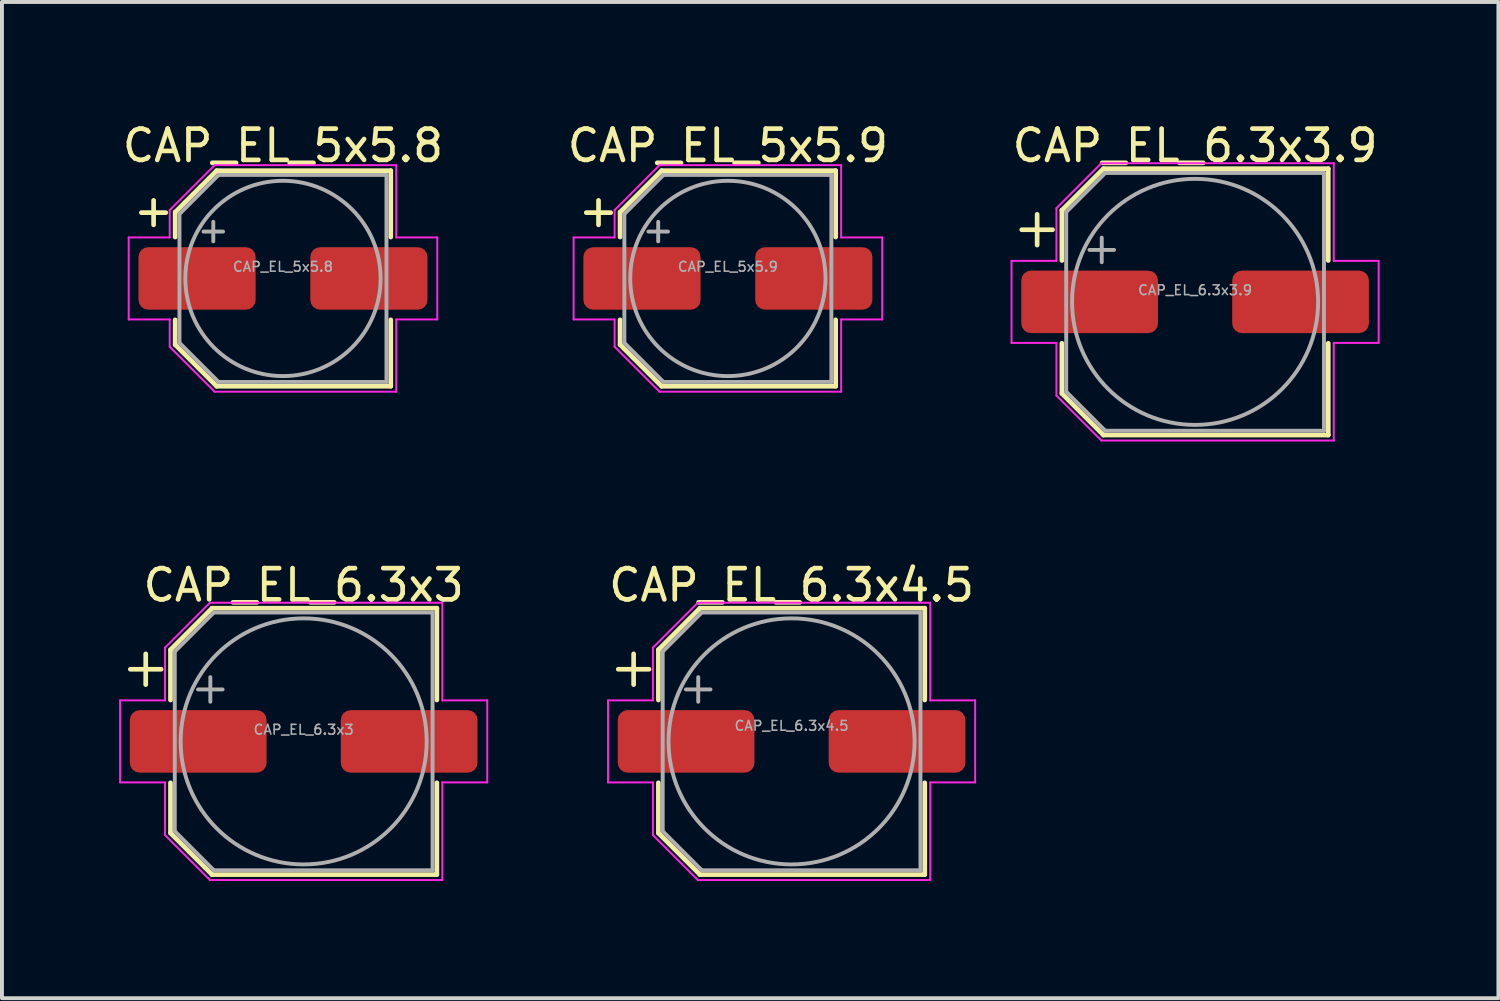
<source format=kicad_pcb>
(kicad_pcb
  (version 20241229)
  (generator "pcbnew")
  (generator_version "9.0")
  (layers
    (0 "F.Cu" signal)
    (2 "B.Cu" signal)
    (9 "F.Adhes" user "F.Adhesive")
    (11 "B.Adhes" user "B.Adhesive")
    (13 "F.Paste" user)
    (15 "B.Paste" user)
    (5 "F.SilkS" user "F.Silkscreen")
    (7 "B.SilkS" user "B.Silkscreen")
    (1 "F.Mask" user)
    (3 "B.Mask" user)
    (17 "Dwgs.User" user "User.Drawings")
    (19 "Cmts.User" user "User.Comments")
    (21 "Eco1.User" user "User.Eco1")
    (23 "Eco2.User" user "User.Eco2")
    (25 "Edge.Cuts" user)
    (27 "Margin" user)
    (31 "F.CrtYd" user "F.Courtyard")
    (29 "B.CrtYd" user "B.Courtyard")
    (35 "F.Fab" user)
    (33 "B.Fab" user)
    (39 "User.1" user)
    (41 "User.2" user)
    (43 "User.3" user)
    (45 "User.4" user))
  (footprint "CAP_EL_6.3x3.9"
    (layer "F.Cu")
    (at 27.548 4.679)
    (property "Reference" "CAP_EL_6.3x3.9" (at 0 -4 0) (layer "F.SilkS") (effects (font (size 0.8 0.8) (thickness 0.12))))
    (attr smd)
    (fp_line (start -4.438 -1.847) (end -3.65 -1.847) (stroke (width 0.12) (type solid)) (layer "F.SilkS"))
    (fp_line (start -4.044 -2.241) (end -4.044 -1.454) (stroke (width 0.12) (type solid)) (layer "F.SilkS"))
    (fp_line (start -3.41 -2.346) (end -3.41 -1.06) (stroke (width 0.12) (type solid)) (layer "F.SilkS"))
    (fp_line (start -3.41 -2.346) (end -2.346 -3.41) (stroke (width 0.12) (type solid)) (layer "F.SilkS"))
    (fp_line (start -3.41 2.346) (end -3.41 1.06) (stroke (width 0.12) (type solid)) (layer "F.SilkS"))
    (fp_line (start -3.41 2.346) (end -2.346 3.41) (stroke (width 0.12) (type solid)) (layer "F.SilkS"))
    (fp_line (start -2.346 -3.41) (end 3.41 -3.41) (stroke (width 0.12) (type solid)) (layer "F.SilkS"))
    (fp_line (start -2.346 3.41) (end 3.41 3.41) (stroke (width 0.12) (type solid)) (layer "F.SilkS"))
    (fp_line (start 3.41 -3.41) (end 3.41 -1.06) (stroke (width 0.12) (type solid)) (layer "F.SilkS"))
    (fp_line (start 3.41 3.41) (end 3.41 1.06) (stroke (width 0.12) (type solid)) (layer "F.SilkS"))
    (fp_line (start -4.7 -1.05) (end -4.7 1.05) (stroke (width 0.05) (type solid)) (layer "F.CrtYd"))
    (fp_line (start -4.7 1.05) (end -3.55 1.05) (stroke (width 0.05) (type solid)) (layer "F.CrtYd"))
    (fp_line (start -3.55 -2.4) (end -3.55 -1.05) (stroke (width 0.05) (type solid)) (layer "F.CrtYd"))
    (fp_line (start -3.55 -2.4) (end -2.4 -3.55) (stroke (width 0.05) (type solid)) (layer "F.CrtYd"))
    (fp_line (start -3.55 -1.05) (end -4.7 -1.05) (stroke (width 0.05) (type solid)) (layer "F.CrtYd"))
    (fp_line (start -3.55 1.05) (end -3.55 2.4) (stroke (width 0.05) (type solid)) (layer "F.CrtYd"))
    (fp_line (start -3.55 2.4) (end -2.4 3.55) (stroke (width 0.05) (type solid)) (layer "F.CrtYd"))
    (fp_line (start -2.4 -3.55) (end 3.55 -3.55) (stroke (width 0.05) (type solid)) (layer "F.CrtYd"))
    (fp_line (start -2.4 3.55) (end 3.55 3.55) (stroke (width 0.05) (type solid)) (layer "F.CrtYd"))
    (fp_line (start 3.55 -3.55) (end 3.55 -1.05) (stroke (width 0.05) (type solid)) (layer "F.CrtYd"))
    (fp_line (start 3.55 -1.05) (end 4.7 -1.05) (stroke (width 0.05) (type solid)) (layer "F.CrtYd"))
    (fp_line (start 3.55 1.05) (end 3.55 3.55) (stroke (width 0.05) (type solid)) (layer "F.CrtYd"))
    (fp_line (start 4.7 -1.05) (end 4.7 1.05) (stroke (width 0.05) (type solid)) (layer "F.CrtYd"))
    (fp_line (start 4.7 1.05) (end 3.55 1.05) (stroke (width 0.05) (type solid)) (layer "F.CrtYd"))
    (fp_line (start -3.3 -2.3) (end -3.3 2.3) (stroke (width 0.1) (type solid)) (layer "F.Fab"))
    (fp_line (start -3.3 -2.3) (end -2.3 -3.3) (stroke (width 0.1) (type solid)) (layer "F.Fab"))
    (fp_line (start -3.3 2.3) (end -2.3 3.3) (stroke (width 0.1) (type solid)) (layer "F.Fab"))
    (fp_line (start -2.705 -1.33) (end -2.075 -1.33) (stroke (width 0.1) (type solid)) (layer "F.Fab"))
    (fp_line (start -2.39 -1.645) (end -2.39 -1.015) (stroke (width 0.1) (type solid)) (layer "F.Fab"))
    (fp_line (start -2.3 -3.3) (end 3.3 -3.3) (stroke (width 0.1) (type solid)) (layer "F.Fab"))
    (fp_line (start -2.3 3.3) (end 3.3 3.3) (stroke (width 0.1) (type solid)) (layer "F.Fab"))
    (fp_line (start 3.3 -3.3) (end 3.3 3.3) (stroke (width 0.1) (type solid)) (layer "F.Fab"))
    (fp_circle (center 0 0) (end 3.15 0) (stroke (width 0.1) (type solid)) (fill no) (layer "F.Fab"))
    (fp_text user "${REFERENCE}" (at 0 -0.3 0) (layer "F.Fab") (effects (font (size 0.25 0.25) (thickness 0.04))))
    (pad "1" smd roundrect (at -2.7 0) (size 3.5 1.6) (layers "F.Cu" "F.Mask" "F.Paste") (roundrect_rratio 0.156))
    (pad "2" smd roundrect (at 2.7 0) (size 3.5 1.6) (layers "F.Cu" "F.Mask" "F.Paste") (roundrect_rratio 0.156)))
  (footprint "CAP_EL_6.3x3"
    (layer "F.Cu")
    (at 4.725 15.932)
    (property "Reference" "CAP_EL_6.3x3" (at 0 -4 0) (layer "F.SilkS") (effects (font (size 0.8 0.8) (thickness 0.12))))
    (attr smd)
    (fp_line (start -4.438 -1.847) (end -3.65 -1.847) (stroke (width 0.12) (type solid)) (layer "F.SilkS"))
    (fp_line (start -4.044 -2.241) (end -4.044 -1.454) (stroke (width 0.12) (type solid)) (layer "F.SilkS"))
    (fp_line (start -3.41 -2.346) (end -3.41 -1.06) (stroke (width 0.12) (type solid)) (layer "F.SilkS"))
    (fp_line (start -3.41 -2.346) (end -2.346 -3.41) (stroke (width 0.12) (type solid)) (layer "F.SilkS"))
    (fp_line (start -3.41 2.346) (end -3.41 1.06) (stroke (width 0.12) (type solid)) (layer "F.SilkS"))
    (fp_line (start -3.41 2.346) (end -2.346 3.41) (stroke (width 0.12) (type solid)) (layer "F.SilkS"))
    (fp_line (start -2.346 -3.41) (end 3.41 -3.41) (stroke (width 0.12) (type solid)) (layer "F.SilkS"))
    (fp_line (start -2.346 3.41) (end 3.41 3.41) (stroke (width 0.12) (type solid)) (layer "F.SilkS"))
    (fp_line (start 3.41 -3.41) (end 3.41 -1.06) (stroke (width 0.12) (type solid)) (layer "F.SilkS"))
    (fp_line (start 3.41 3.41) (end 3.41 1.06) (stroke (width 0.12) (type solid)) (layer "F.SilkS"))
    (fp_line (start -4.7 -1.05) (end -4.7 1.05) (stroke (width 0.05) (type solid)) (layer "F.CrtYd"))
    (fp_line (start -4.7 1.05) (end -3.55 1.05) (stroke (width 0.05) (type solid)) (layer "F.CrtYd"))
    (fp_line (start -3.55 -2.4) (end -3.55 -1.05) (stroke (width 0.05) (type solid)) (layer "F.CrtYd"))
    (fp_line (start -3.55 -2.4) (end -2.4 -3.55) (stroke (width 0.05) (type solid)) (layer "F.CrtYd"))
    (fp_line (start -3.55 -1.05) (end -4.7 -1.05) (stroke (width 0.05) (type solid)) (layer "F.CrtYd"))
    (fp_line (start -3.55 1.05) (end -3.55 2.4) (stroke (width 0.05) (type solid)) (layer "F.CrtYd"))
    (fp_line (start -3.55 2.4) (end -2.4 3.55) (stroke (width 0.05) (type solid)) (layer "F.CrtYd"))
    (fp_line (start -2.4 -3.55) (end 3.55 -3.55) (stroke (width 0.05) (type solid)) (layer "F.CrtYd"))
    (fp_line (start -2.4 3.55) (end 3.55 3.55) (stroke (width 0.05) (type solid)) (layer "F.CrtYd"))
    (fp_line (start 3.55 -3.55) (end 3.55 -1.05) (stroke (width 0.05) (type solid)) (layer "F.CrtYd"))
    (fp_line (start 3.55 -1.05) (end 4.7 -1.05) (stroke (width 0.05) (type solid)) (layer "F.CrtYd"))
    (fp_line (start 3.55 1.05) (end 3.55 3.55) (stroke (width 0.05) (type solid)) (layer "F.CrtYd"))
    (fp_line (start 4.7 -1.05) (end 4.7 1.05) (stroke (width 0.05) (type solid)) (layer "F.CrtYd"))
    (fp_line (start 4.7 1.05) (end 3.55 1.05) (stroke (width 0.05) (type solid)) (layer "F.CrtYd"))
    (fp_line (start -3.3 -2.3) (end -3.3 2.3) (stroke (width 0.1) (type solid)) (layer "F.Fab"))
    (fp_line (start -3.3 -2.3) (end -2.3 -3.3) (stroke (width 0.1) (type solid)) (layer "F.Fab"))
    (fp_line (start -3.3 2.3) (end -2.3 3.3) (stroke (width 0.1) (type solid)) (layer "F.Fab"))
    (fp_line (start -2.705 -1.33) (end -2.075 -1.33) (stroke (width 0.1) (type solid)) (layer "F.Fab"))
    (fp_line (start -2.39 -1.645) (end -2.39 -1.015) (stroke (width 0.1) (type solid)) (layer "F.Fab"))
    (fp_line (start -2.3 -3.3) (end 3.3 -3.3) (stroke (width 0.1) (type solid)) (layer "F.Fab"))
    (fp_line (start -2.3 3.3) (end 3.3 3.3) (stroke (width 0.1) (type solid)) (layer "F.Fab"))
    (fp_line (start 3.3 -3.3) (end 3.3 3.3) (stroke (width 0.1) (type solid)) (layer "F.Fab"))
    (fp_circle (center 0 0) (end 3.15 0) (stroke (width 0.1) (type solid)) (fill no) (layer "F.Fab"))
    (fp_text user "${REFERENCE}" (at 0 -0.3 0) (layer "F.Fab") (effects (font (size 0.25 0.25) (thickness 0.04))))
    (pad "1" smd roundrect (at -2.7 0) (size 3.5 1.6) (layers "F.Cu" "F.Mask" "F.Paste") (roundrect_rratio 0.156))
    (pad "2" smd roundrect (at 2.7 0) (size 3.5 1.6) (layers "F.Cu" "F.Mask" "F.Paste") (roundrect_rratio 0.156)))
  (footprint "CAP_EL_5x5.9"
    (layer "F.Cu")
    (at 15.586 4.079)
    (property "Reference" "CAP_EL_5x5.9" (at 0 -3.4 0) (layer "F.SilkS") (effects (font (size 0.8 0.8) (thickness 0.12))))
    (attr smd)
    (fp_line (start -3.625 -1.685) (end -3 -1.685) (stroke (width 0.12) (type solid)) (layer "F.SilkS"))
    (fp_line (start -3.312 -1.998) (end -3.312 -1.373) (stroke (width 0.12) (type solid)) (layer "F.SilkS"))
    (fp_line (start -2.76 -1.696) (end -2.76 -1.06) (stroke (width 0.12) (type solid)) (layer "F.SilkS"))
    (fp_line (start -2.76 -1.696) (end -1.696 -2.76) (stroke (width 0.12) (type solid)) (layer "F.SilkS"))
    (fp_line (start -2.76 1.696) (end -2.76 1.06) (stroke (width 0.12) (type solid)) (layer "F.SilkS"))
    (fp_line (start -2.76 1.696) (end -1.696 2.76) (stroke (width 0.12) (type solid)) (layer "F.SilkS"))
    (fp_line (start -1.696 -2.76) (end 2.76 -2.76) (stroke (width 0.12) (type solid)) (layer "F.SilkS"))
    (fp_line (start -1.696 2.76) (end 2.76 2.76) (stroke (width 0.12) (type solid)) (layer "F.SilkS"))
    (fp_line (start 2.76 -2.76) (end 2.76 -1.06) (stroke (width 0.12) (type solid)) (layer "F.SilkS"))
    (fp_line (start 2.76 2.76) (end 2.76 1.06) (stroke (width 0.12) (type solid)) (layer "F.SilkS"))
    (fp_line (start -3.95 -1.05) (end -3.95 1.05) (stroke (width 0.05) (type solid)) (layer "F.CrtYd"))
    (fp_line (start -3.95 1.05) (end -2.9 1.05) (stroke (width 0.05) (type solid)) (layer "F.CrtYd"))
    (fp_line (start -2.9 -1.75) (end -2.9 -1.05) (stroke (width 0.05) (type solid)) (layer "F.CrtYd"))
    (fp_line (start -2.9 -1.75) (end -1.75 -2.9) (stroke (width 0.05) (type solid)) (layer "F.CrtYd"))
    (fp_line (start -2.9 -1.05) (end -3.95 -1.05) (stroke (width 0.05) (type solid)) (layer "F.CrtYd"))
    (fp_line (start -2.9 1.05) (end -2.9 1.75) (stroke (width 0.05) (type solid)) (layer "F.CrtYd"))
    (fp_line (start -2.9 1.75) (end -1.75 2.9) (stroke (width 0.05) (type solid)) (layer "F.CrtYd"))
    (fp_line (start -1.75 -2.9) (end 2.9 -2.9) (stroke (width 0.05) (type solid)) (layer "F.CrtYd"))
    (fp_line (start -1.75 2.9) (end 2.9 2.9) (stroke (width 0.05) (type solid)) (layer "F.CrtYd"))
    (fp_line (start 2.9 -2.9) (end 2.9 -1.05) (stroke (width 0.05) (type solid)) (layer "F.CrtYd"))
    (fp_line (start 2.9 -1.05) (end 3.95 -1.05) (stroke (width 0.05) (type solid)) (layer "F.CrtYd"))
    (fp_line (start 2.9 1.05) (end 2.9 2.9) (stroke (width 0.05) (type solid)) (layer "F.CrtYd"))
    (fp_line (start 3.95 -1.05) (end 3.95 1.05) (stroke (width 0.05) (type solid)) (layer "F.CrtYd"))
    (fp_line (start 3.95 1.05) (end 2.9 1.05) (stroke (width 0.05) (type solid)) (layer "F.CrtYd"))
    (fp_line (start -2.65 -1.65) (end -2.65 1.65) (stroke (width 0.1) (type solid)) (layer "F.Fab"))
    (fp_line (start -2.65 -1.65) (end -1.65 -2.65) (stroke (width 0.1) (type solid)) (layer "F.Fab"))
    (fp_line (start -2.65 1.65) (end -1.65 2.65) (stroke (width 0.1) (type solid)) (layer "F.Fab"))
    (fp_line (start -2.034 -1.2) (end -1.534 -1.2) (stroke (width 0.1) (type solid)) (layer "F.Fab"))
    (fp_line (start -1.784 -1.45) (end -1.784 -0.95) (stroke (width 0.1) (type solid)) (layer "F.Fab"))
    (fp_line (start -1.65 -2.65) (end 2.65 -2.65) (stroke (width 0.1) (type solid)) (layer "F.Fab"))
    (fp_line (start -1.65 2.65) (end 2.65 2.65) (stroke (width 0.1) (type solid)) (layer "F.Fab"))
    (fp_line (start 2.65 -2.65) (end 2.65 2.65) (stroke (width 0.1) (type solid)) (layer "F.Fab"))
    (fp_circle (center 0 0) (end 2.5 0) (stroke (width 0.1) (type solid)) (fill no) (layer "F.Fab"))
    (fp_text user "${REFERENCE}" (at 0 -0.3 0) (layer "F.Fab") (effects (font (size 0.25 0.25) (thickness 0.04))))
    (pad "1" smd roundrect (at -2.2 0) (size 3 1.6) (layers "F.Cu" "F.Mask" "F.Paste") (roundrect_rratio 0.156))
    (pad "2" smd roundrect (at 2.2 0) (size 3 1.6) (layers "F.Cu" "F.Mask" "F.Paste") (roundrect_rratio 0.156)))
  (footprint "CAP_EL_5x5.8"
    (layer "F.Cu")
    (at 4.195 4.079)
    (property "Reference" "CAP_EL_5x5.8" (at 0 -3.4 0) (layer "F.SilkS") (effects (font (size 0.8 0.8) (thickness 0.12))))
    (attr smd)
    (fp_line (start -3.625 -1.685) (end -3 -1.685) (stroke (width 0.12) (type solid)) (layer "F.SilkS"))
    (fp_line (start -3.312 -1.998) (end -3.312 -1.373) (stroke (width 0.12) (type solid)) (layer "F.SilkS"))
    (fp_line (start -2.76 -1.696) (end -2.76 -1.06) (stroke (width 0.12) (type solid)) (layer "F.SilkS"))
    (fp_line (start -2.76 -1.696) (end -1.696 -2.76) (stroke (width 0.12) (type solid)) (layer "F.SilkS"))
    (fp_line (start -2.76 1.696) (end -2.76 1.06) (stroke (width 0.12) (type solid)) (layer "F.SilkS"))
    (fp_line (start -2.76 1.696) (end -1.696 2.76) (stroke (width 0.12) (type solid)) (layer "F.SilkS"))
    (fp_line (start -1.696 -2.76) (end 2.76 -2.76) (stroke (width 0.12) (type solid)) (layer "F.SilkS"))
    (fp_line (start -1.696 2.76) (end 2.76 2.76) (stroke (width 0.12) (type solid)) (layer "F.SilkS"))
    (fp_line (start 2.76 -2.76) (end 2.76 -1.06) (stroke (width 0.12) (type solid)) (layer "F.SilkS"))
    (fp_line (start 2.76 2.76) (end 2.76 1.06) (stroke (width 0.12) (type solid)) (layer "F.SilkS"))
    (fp_line (start -3.95 -1.05) (end -3.95 1.05) (stroke (width 0.05) (type solid)) (layer "F.CrtYd"))
    (fp_line (start -3.95 1.05) (end -2.9 1.05) (stroke (width 0.05) (type solid)) (layer "F.CrtYd"))
    (fp_line (start -2.9 -1.75) (end -2.9 -1.05) (stroke (width 0.05) (type solid)) (layer "F.CrtYd"))
    (fp_line (start -2.9 -1.75) (end -1.75 -2.9) (stroke (width 0.05) (type solid)) (layer "F.CrtYd"))
    (fp_line (start -2.9 -1.05) (end -3.95 -1.05) (stroke (width 0.05) (type solid)) (layer "F.CrtYd"))
    (fp_line (start -2.9 1.05) (end -2.9 1.75) (stroke (width 0.05) (type solid)) (layer "F.CrtYd"))
    (fp_line (start -2.9 1.75) (end -1.75 2.9) (stroke (width 0.05) (type solid)) (layer "F.CrtYd"))
    (fp_line (start -1.75 -2.9) (end 2.9 -2.9) (stroke (width 0.05) (type solid)) (layer "F.CrtYd"))
    (fp_line (start -1.75 2.9) (end 2.9 2.9) (stroke (width 0.05) (type solid)) (layer "F.CrtYd"))
    (fp_line (start 2.9 -2.9) (end 2.9 -1.05) (stroke (width 0.05) (type solid)) (layer "F.CrtYd"))
    (fp_line (start 2.9 -1.05) (end 3.95 -1.05) (stroke (width 0.05) (type solid)) (layer "F.CrtYd"))
    (fp_line (start 2.9 1.05) (end 2.9 2.9) (stroke (width 0.05) (type solid)) (layer "F.CrtYd"))
    (fp_line (start 3.95 -1.05) (end 3.95 1.05) (stroke (width 0.05) (type solid)) (layer "F.CrtYd"))
    (fp_line (start 3.95 1.05) (end 2.9 1.05) (stroke (width 0.05) (type solid)) (layer "F.CrtYd"))
    (fp_line (start -2.65 -1.65) (end -2.65 1.65) (stroke (width 0.1) (type solid)) (layer "F.Fab"))
    (fp_line (start -2.65 -1.65) (end -1.65 -2.65) (stroke (width 0.1) (type solid)) (layer "F.Fab"))
    (fp_line (start -2.65 1.65) (end -1.65 2.65) (stroke (width 0.1) (type solid)) (layer "F.Fab"))
    (fp_line (start -2.034 -1.2) (end -1.534 -1.2) (stroke (width 0.1) (type solid)) (layer "F.Fab"))
    (fp_line (start -1.784 -1.45) (end -1.784 -0.95) (stroke (width 0.1) (type solid)) (layer "F.Fab"))
    (fp_line (start -1.65 -2.65) (end 2.65 -2.65) (stroke (width 0.1) (type solid)) (layer "F.Fab"))
    (fp_line (start -1.65 2.65) (end 2.65 2.65) (stroke (width 0.1) (type solid)) (layer "F.Fab"))
    (fp_line (start 2.65 -2.65) (end 2.65 2.65) (stroke (width 0.1) (type solid)) (layer "F.Fab"))
    (fp_circle (center 0 0) (end 2.5 0) (stroke (width 0.1) (type solid)) (fill no) (layer "F.Fab"))
    (fp_text user "${REFERENCE}" (at 0 -0.3 0) (layer "F.Fab") (effects (font (size 0.25 0.25) (thickness 0.04))))
    (pad "1" smd roundrect (at -2.2 0) (size 3 1.6) (layers "F.Cu" "F.Mask" "F.Paste") (roundrect_rratio 0.156))
    (pad "2" smd roundrect (at 2.2 0) (size 3 1.6) (layers "F.Cu" "F.Mask" "F.Paste") (roundrect_rratio 0.156)))
  (footprint "CAP_EL_6.3x4.5"
    (layer "F.Cu")
    (at 17.217 15.932)
    (property "Reference" "CAP_EL_6.3x4.5" (at 0 -4 0) (layer "F.SilkS") (effects (font (size 0.8 0.8) (thickness 0.12))))
    (attr smd)
    (fp_line (start -4.438 -1.847) (end -3.65 -1.847) (stroke (width 0.12) (type solid)) (layer "F.SilkS"))
    (fp_line (start -4.044 -2.241) (end -4.044 -1.454) (stroke (width 0.12) (type solid)) (layer "F.SilkS"))
    (fp_line (start -3.41 -2.346) (end -3.41 -1.06) (stroke (width 0.12) (type solid)) (layer "F.SilkS"))
    (fp_line (start -3.41 -2.346) (end -2.346 -3.41) (stroke (width 0.12) (type solid)) (layer "F.SilkS"))
    (fp_line (start -3.41 2.346) (end -3.41 1.06) (stroke (width 0.12) (type solid)) (layer "F.SilkS"))
    (fp_line (start -3.41 2.346) (end -2.346 3.41) (stroke (width 0.12) (type solid)) (layer "F.SilkS"))
    (fp_line (start -2.346 -3.41) (end 3.41 -3.41) (stroke (width 0.12) (type solid)) (layer "F.SilkS"))
    (fp_line (start -2.346 3.41) (end 3.41 3.41) (stroke (width 0.12) (type solid)) (layer "F.SilkS"))
    (fp_line (start 3.41 -3.41) (end 3.41 -1.06) (stroke (width 0.12) (type solid)) (layer "F.SilkS"))
    (fp_line (start 3.41 3.41) (end 3.41 1.06) (stroke (width 0.12) (type solid)) (layer "F.SilkS"))
    (fp_line (start -4.7 -1.05) (end -4.7 1.05) (stroke (width 0.05) (type solid)) (layer "F.CrtYd"))
    (fp_line (start -4.7 1.05) (end -3.55 1.05) (stroke (width 0.05) (type solid)) (layer "F.CrtYd"))
    (fp_line (start -3.55 -2.4) (end -3.55 -1.05) (stroke (width 0.05) (type solid)) (layer "F.CrtYd"))
    (fp_line (start -3.55 -2.4) (end -2.4 -3.55) (stroke (width 0.05) (type solid)) (layer "F.CrtYd"))
    (fp_line (start -3.55 -1.05) (end -4.7 -1.05) (stroke (width 0.05) (type solid)) (layer "F.CrtYd"))
    (fp_line (start -3.55 1.05) (end -3.55 2.4) (stroke (width 0.05) (type solid)) (layer "F.CrtYd"))
    (fp_line (start -3.55 2.4) (end -2.4 3.55) (stroke (width 0.05) (type solid)) (layer "F.CrtYd"))
    (fp_line (start -2.4 -3.55) (end 3.55 -3.55) (stroke (width 0.05) (type solid)) (layer "F.CrtYd"))
    (fp_line (start -2.4 3.55) (end 3.55 3.55) (stroke (width 0.05) (type solid)) (layer "F.CrtYd"))
    (fp_line (start 3.55 -3.55) (end 3.55 -1.05) (stroke (width 0.05) (type solid)) (layer "F.CrtYd"))
    (fp_line (start 3.55 -1.05) (end 4.7 -1.05) (stroke (width 0.05) (type solid)) (layer "F.CrtYd"))
    (fp_line (start 3.55 1.05) (end 3.55 3.55) (stroke (width 0.05) (type solid)) (layer "F.CrtYd"))
    (fp_line (start 4.7 -1.05) (end 4.7 1.05) (stroke (width 0.05) (type solid)) (layer "F.CrtYd"))
    (fp_line (start 4.7 1.05) (end 3.55 1.05) (stroke (width 0.05) (type solid)) (layer "F.CrtYd"))
    (fp_line (start -3.3 -2.3) (end -3.3 2.3) (stroke (width 0.1) (type solid)) (layer "F.Fab"))
    (fp_line (start -3.3 -2.3) (end -2.3 -3.3) (stroke (width 0.1) (type solid)) (layer "F.Fab"))
    (fp_line (start -3.3 2.3) (end -2.3 3.3) (stroke (width 0.1) (type solid)) (layer "F.Fab"))
    (fp_line (start -2.705 -1.33) (end -2.075 -1.33) (stroke (width 0.1) (type solid)) (layer "F.Fab"))
    (fp_line (start -2.39 -1.645) (end -2.39 -1.015) (stroke (width 0.1) (type solid)) (layer "F.Fab"))
    (fp_line (start -2.3 -3.3) (end 3.3 -3.3) (stroke (width 0.1) (type solid)) (layer "F.Fab"))
    (fp_line (start -2.3 3.3) (end 3.3 3.3) (stroke (width 0.1) (type solid)) (layer "F.Fab"))
    (fp_line (start 3.3 -3.3) (end 3.3 3.3) (stroke (width 0.1) (type solid)) (layer "F.Fab"))
    (fp_circle (center 0 0) (end 3.15 0) (stroke (width 0.1) (type solid)) (fill no) (layer "F.Fab"))
    (fp_text user "${REFERENCE}" (at 0 -0.4 0) (layer "F.Fab") (effects (font (size 0.25 0.25) (thickness 0.04))))
    (pad "1" smd roundrect (at -2.7 0) (size 3.5 1.6) (layers "F.Cu" "F.Mask" "F.Paste") (roundrect_rratio 0.156))
    (pad "2" smd roundrect (at 2.7 0) (size 3.5 1.6) (layers "F.Cu" "F.Mask" "F.Paste") (roundrect_rratio 0.156)))
  (gr_rect
    (start -3 -3)
    (end 35.314 22.507)
    (stroke (width 0.1) (type default))
    (fill no)
    (layer "Edge.Cuts")))
</source>
